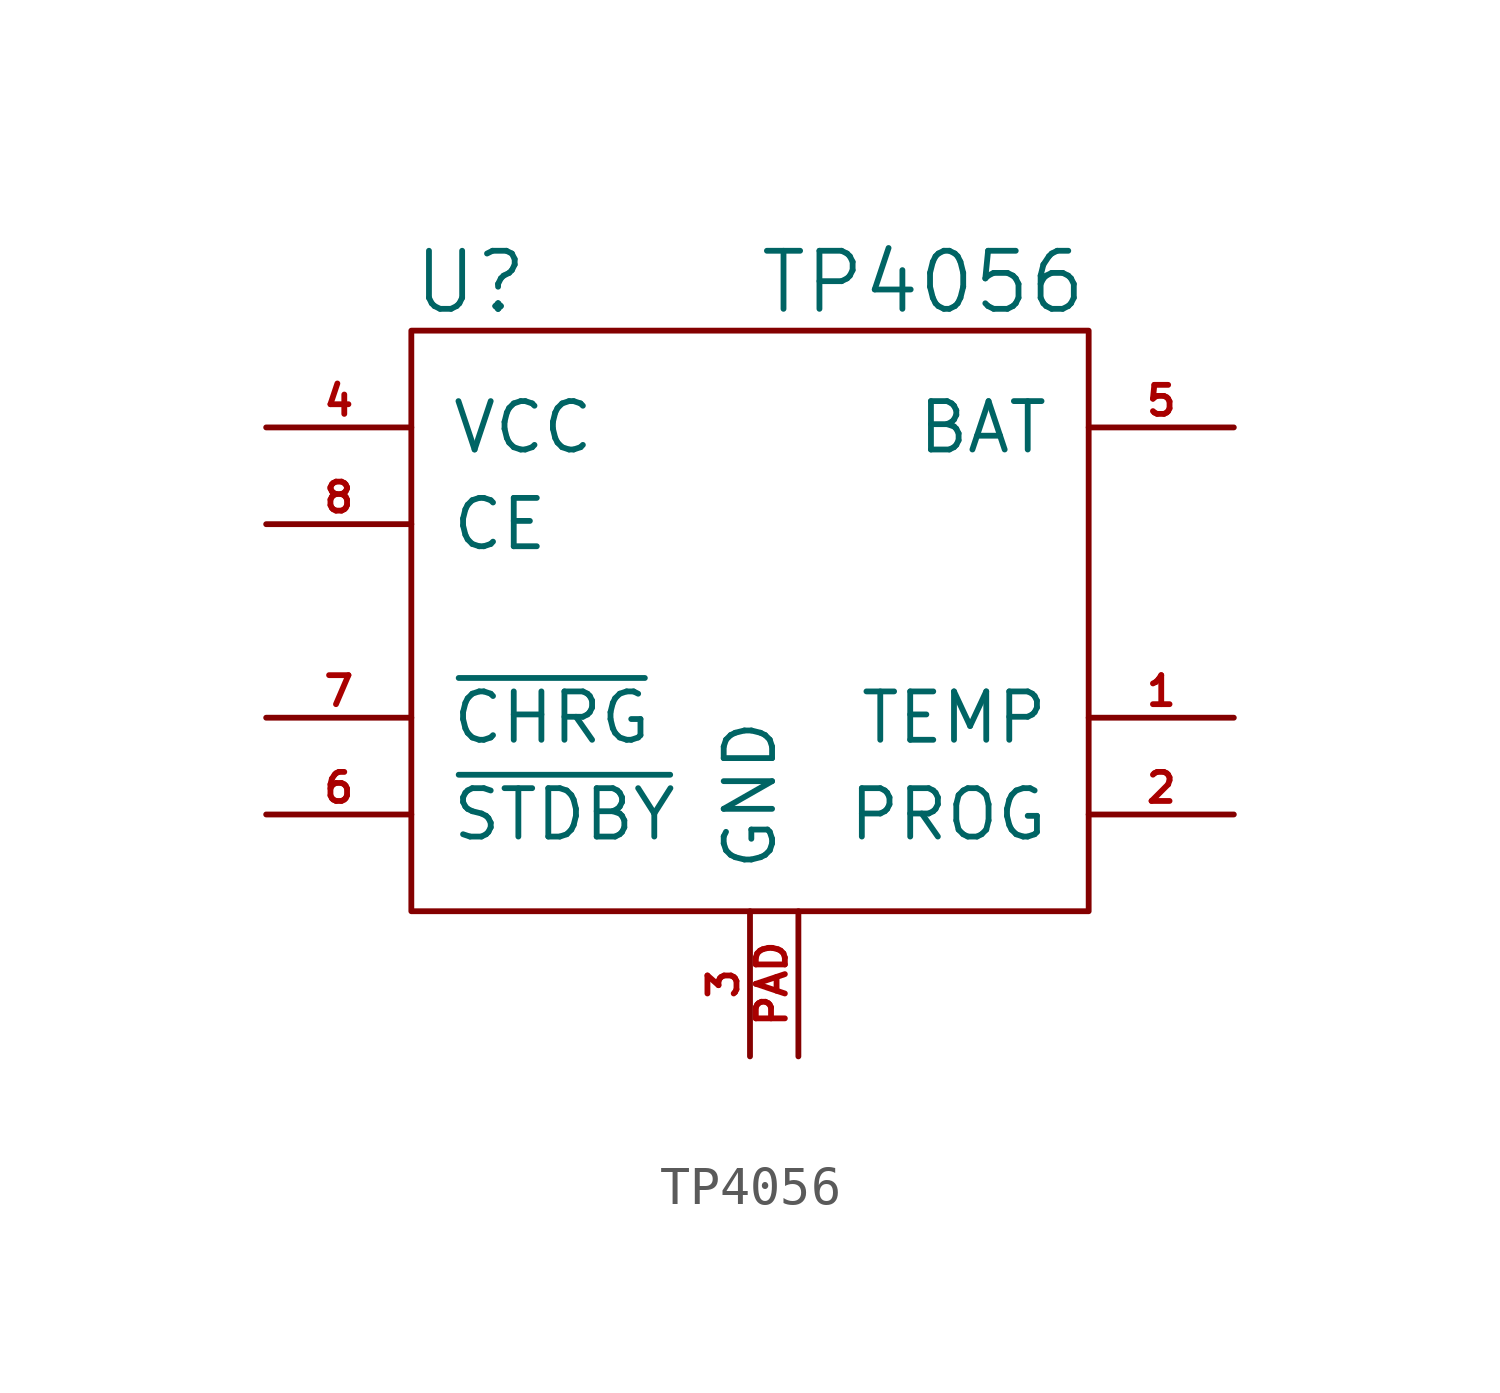
<source format=kicad_sym>
(kicad_symbol_lib
  (version 20211014)
  (generator kicad_symbol_editor)
  (symbol "TP4056"
    (pin_names
      (offset 1.016))
    (property "Reference" "U"
      (at -8.89 10.16 0)
      (effects (font (size 1.524 1.524)) (justify left)))
    (property "Value" "TP4056"
      (at 8.89 10.16 0)
      (effects (font (size 1.524 1.524)) (justify right)))
    (symbol "TP4056_0_1"
      (rectangle (start -8.89 8.89) (end 8.89 -6.35) (stroke (width 0) (type default) (color 0 0 0 0)) (fill (type none))))
    (symbol "TP4056_1_1"
      (pin passive line (at 12.7 -1.27 180) (length 3.81) (name "TEMP" (effects (font (size 1.27 1.27)))) (number "1" (effects (font (size 0.762 0.762)))))
      (pin passive line (at 12.7 -3.81 180) (length 3.81) (name "PROG" (effects (font (size 1.27 1.27)))) (number "2" (effects (font (size 0.762 0.762)))))
      (pin power_in line (at 0 -10.16 90) (length 3.81) (name "GND" (effects (font (size 1.27 1.27)))) (number "3" (effects (font (size 0.762 0.762)))))
      (pin power_in line (at -12.7 6.35 0) (length 3.81) (name "VCC" (effects (font (size 1.27 1.27)))) (number "4" (effects (font (size 0.762 0.762)))))
      (pin power_out line (at 12.7 6.35 180) (length 3.81) (name "BAT" (effects (font (size 1.27 1.27)))) (number "5" (effects (font (size 0.762 0.762)))))
      (pin open_collector line (at -12.7 -3.81 0) (length 3.81) (name "~{STDBY}" (effects (font (size 1.27 1.27)))) (number "6" (effects (font (size 0.762 0.762)))))
      (pin open_collector line (at -12.7 -1.27 0) (length 3.81) (name "~{CHRG}" (effects (font (size 1.27 1.27)))) (number "7" (effects (font (size 0.762 0.762)))))
      (pin input line (at -12.7 3.81 0) (length 3.81) (name "CE" (effects (font (size 1.27 1.27)))) (number "8" (effects (font (size 0.762 0.762)))))
      (pin power_in line (at 1.27 -10.16 90) (length 3.81) (name "~" (effects (font (size 1.27 1.27)))) (number "PAD" (effects (font (size 0.762 0.762))))))))
</source>
